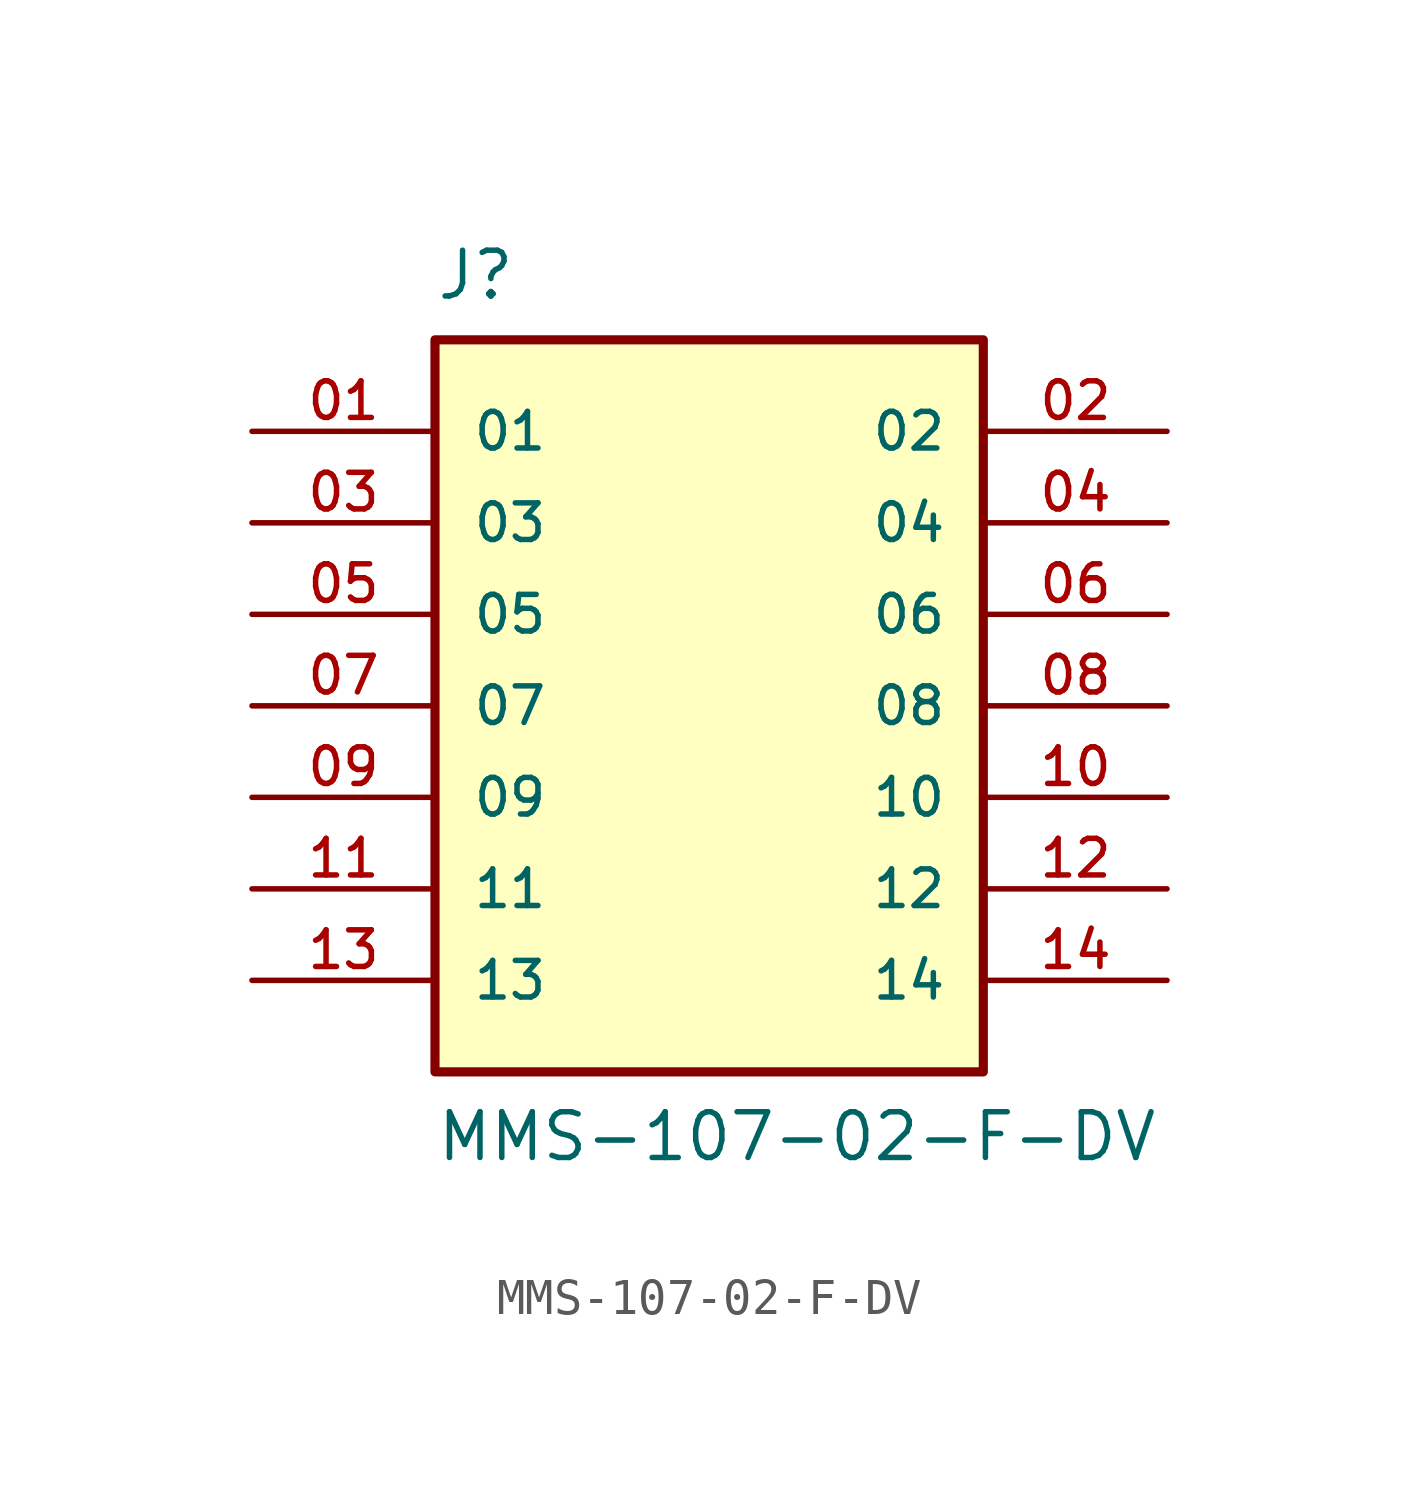
<source format=kicad_sym>
(kicad_symbol_lib
  (version 20211014)
  (generator kicad_symbol_editor)
  (symbol "MMS-107-02-F-DV"
    (pin_names
      (offset 1.016))
    (property "Reference" "J"
      (at -7.62 12.7 0)
      (effects (font (size 1.27 1.27)) (justify top left)))
    (property "Value" "MMS-107-02-F-DV"
      (at -7.62 -12.7 0)
      (effects (font (size 1.27 1.27)) (justify bottom left)))
    (symbol "MMS-107-02-F-DV_0_0"
      (rectangle (start -7.62 -10.16) (end 7.6 10.16) (stroke (width 0.254)) (fill (type background)))
      (pin passive line (at -12.7 7.62 0) (length 5.08) (name "01" (effects (font (size 1.016 1.016)))) (number "01" (effects (font (size 1.016 1.016)))))
      (pin passive line (at 12.7 7.62 180.0) (length 5.08) (name "02" (effects (font (size 1.016 1.016)))) (number "02" (effects (font (size 1.016 1.016)))))
      (pin passive line (at -12.7 5.08 0) (length 5.08) (name "03" (effects (font (size 1.016 1.016)))) (number "03" (effects (font (size 1.016 1.016)))))
      (pin passive line (at 12.7 5.08 180.0) (length 5.08) (name "04" (effects (font (size 1.016 1.016)))) (number "04" (effects (font (size 1.016 1.016)))))
      (pin passive line (at -12.7 2.54 0) (length 5.08) (name "05" (effects (font (size 1.016 1.016)))) (number "05" (effects (font (size 1.016 1.016)))))
      (pin passive line (at 12.7 2.54 180.0) (length 5.08) (name "06" (effects (font (size 1.016 1.016)))) (number "06" (effects (font (size 1.016 1.016)))))
      (pin passive line (at -12.7 0.0 0) (length 5.08) (name "07" (effects (font (size 1.016 1.016)))) (number "07" (effects (font (size 1.016 1.016)))))
      (pin passive line (at 12.7 0.0 180.0) (length 5.08) (name "08" (effects (font (size 1.016 1.016)))) (number "08" (effects (font (size 1.016 1.016)))))
      (pin passive line (at -12.7 -2.54 0) (length 5.08) (name "09" (effects (font (size 1.016 1.016)))) (number "09" (effects (font (size 1.016 1.016)))))
      (pin passive line (at 12.7 -2.54 180.0) (length 5.08) (name "10" (effects (font (size 1.016 1.016)))) (number "10" (effects (font (size 1.016 1.016)))))
      (pin passive line (at -12.7 -5.08 0) (length 5.08) (name "11" (effects (font (size 1.016 1.016)))) (number "11" (effects (font (size 1.016 1.016)))))
      (pin passive line (at 12.7 -5.08 180.0) (length 5.08) (name "12" (effects (font (size 1.016 1.016)))) (number "12" (effects (font (size 1.016 1.016)))))
      (pin passive line (at -12.7 -7.62 0) (length 5.08) (name "13" (effects (font (size 1.016 1.016)))) (number "13" (effects (font (size 1.016 1.016)))))
      (pin passive line (at 12.7 -7.62 180.0) (length 5.08) (name "14" (effects (font (size 1.016 1.016)))) (number "14" (effects (font (size 1.016 1.016))))))))
</source>
